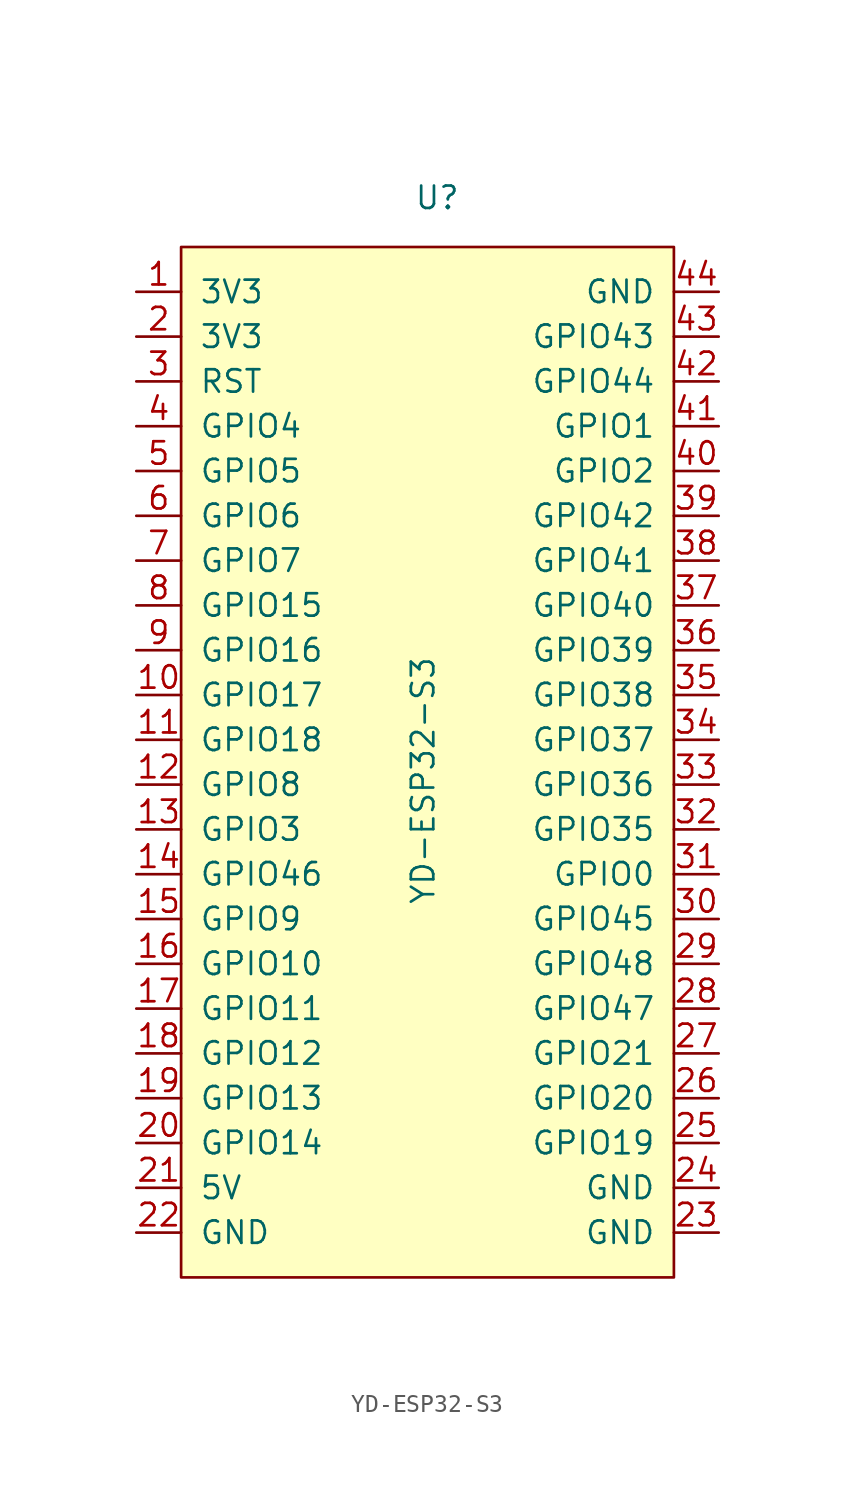
<source format=kicad_sym>
(kicad_symbol_lib
  (version 20241209)
  (generator "kicad_symbol_editor")
  (generator_version "9.0")
  (symbol "YD-ESP32-S3"
    (pin_names
      (offset 1.016))
    (property "Reference" "U"
      (at -0.762 32.004 0)
      (effects (font (size 1.27 1.27)) (justify left)))
    (property "Value" "YD-ESP32-S3"
      (at -0.254 -8.128 90)
      (effects (font (size 1.27 1.27)) (justify left)))
    (symbol "YD-ESP32-S3_0_0"
      (pin power_in line (at 16.51 -26.67 180) (length 2.54) (name "GND" (effects (font (size 1.27 1.27)))) (number "23" (effects (font (size 1.27 1.27))))))
    (symbol "YD-ESP32-S3_0_1"
      (rectangle (start -13.97 29.21) (end 13.97 -29.21) (stroke (width 0) (type default)) (fill (type background)))
      (pin power_out line (at -16.51 24.13 0) (length 2.54) (name "3V3" (effects (font (size 1.27 1.27)))) (number "2" (effects (font (size 1.27 1.27))))))
    (symbol "YD-ESP32-S3_1_0"
      (pin bidirectional line (at -16.51 -6.35 0) (length 2.54) (name "GPIO46" (effects (font (size 1.27 1.27)))) (number "14" (effects (font (size 1.27 1.27)))))
      (pin bidirectional line (at -16.51 -19.05 0) (length 2.54) (name "GPIO13" (effects (font (size 1.27 1.27)))) (number "19" (effects (font (size 1.27 1.27)))))
      (pin power_in line (at -16.51 -26.67 0) (length 2.54) (name "GND" (effects (font (size 1.27 1.27)))) (number "22" (effects (font (size 1.27 1.27)))))
      (pin bidirectional line (at 16.51 24.13 180) (length 2.54) (name "GPIO43" (effects (font (size 1.27 1.27)))) (number "43" (effects (font (size 1.27 1.27)))))
      (pin bidirectional line (at 16.51 21.59 180) (length 2.54) (name "GPIO44" (effects (font (size 1.27 1.27)))) (number "42" (effects (font (size 1.27 1.27)))))
      (pin bidirectional line (at 16.51 19.05 180) (length 2.54) (name "GPIO1" (effects (font (size 1.27 1.27)))) (number "41" (effects (font (size 1.27 1.27)))))
      (pin bidirectional line (at 16.51 16.51 180) (length 2.54) (name "GPIO2" (effects (font (size 1.27 1.27)))) (number "40" (effects (font (size 1.27 1.27)))))
      (pin bidirectional line (at 16.51 13.97 180) (length 2.54) (name "GPIO42" (effects (font (size 1.27 1.27)))) (number "39" (effects (font (size 1.27 1.27)))))
      (pin power_in line (at 16.51 -24.13 180) (length 2.54) (name "GND" (effects (font (size 1.27 1.27)))) (number "24" (effects (font (size 1.27 1.27))))))
    (symbol "YD-ESP32-S3_1_1"
      (pin power_out line (at -16.51 26.67 0) (length 2.54) (name "3V3" (effects (font (size 1.27 1.27)))) (number "1" (effects (font (size 1.27 1.27)))))
      (pin input line (at -16.51 21.59 0) (length 2.54) (name "RST" (effects (font (size 1.27 1.27)))) (number "3" (effects (font (size 1.27 1.27)))))
      (pin bidirectional line (at -16.51 19.05 0) (length 2.54) (name "GPIO4" (effects (font (size 1.27 1.27)))) (number "4" (effects (font (size 1.27 1.27)))))
      (pin bidirectional line (at -16.51 16.51 0) (length 2.54) (name "GPIO5" (effects (font (size 1.27 1.27)))) (number "5" (effects (font (size 1.27 1.27)))))
      (pin bidirectional line (at -16.51 13.97 0) (length 2.54) (name "GPIO6" (effects (font (size 1.27 1.27)))) (number "6" (effects (font (size 1.27 1.27)))))
      (pin bidirectional line (at -16.51 11.43 0) (length 2.54) (name "GPIO7" (effects (font (size 1.27 1.27)))) (number "7" (effects (font (size 1.27 1.27)))))
      (pin bidirectional line (at -16.51 8.89 0) (length 2.54) (name "GPIO15" (effects (font (size 1.27 1.27)))) (number "8" (effects (font (size 1.27 1.27)))))
      (pin bidirectional line (at -16.51 6.35 0) (length 2.54) (name "GPIO16" (effects (font (size 1.27 1.27)))) (number "9" (effects (font (size 1.27 1.27)))))
      (pin bidirectional line (at -16.51 3.81 0) (length 2.54) (name "GPIO17" (effects (font (size 1.27 1.27)))) (number "10" (effects (font (size 1.27 1.27)))))
      (pin bidirectional line (at -16.51 1.27 0) (length 2.54) (name "GPIO18" (effects (font (size 1.27 1.27)))) (number "11" (effects (font (size 1.27 1.27)))))
      (pin bidirectional line (at -16.51 -1.27 0) (length 2.54) (name "GPIO8" (effects (font (size 1.27 1.27)))) (number "12" (effects (font (size 1.27 1.27)))))
      (pin bidirectional line (at -16.51 -3.81 0) (length 2.54) (name "GPIO3" (effects (font (size 1.27 1.27)))) (number "13" (effects (font (size 1.27 1.27)))))
      (pin bidirectional line (at -16.51 -8.89 0) (length 2.54) (name "GPIO9" (effects (font (size 1.27 1.27)))) (number "15" (effects (font (size 1.27 1.27)))))
      (pin bidirectional line (at -16.51 -11.43 0) (length 2.54) (name "GPIO10" (effects (font (size 1.27 1.27)))) (number "16" (effects (font (size 1.27 1.27)))))
      (pin bidirectional line (at -16.51 -13.97 0) (length 2.54) (name "GPIO11" (effects (font (size 1.27 1.27)))) (number "17" (effects (font (size 1.27 1.27)))))
      (pin bidirectional line (at -16.51 -16.51 0) (length 2.54) (name "GPIO12" (effects (font (size 1.27 1.27)))) (number "18" (effects (font (size 1.27 1.27)))))
      (pin bidirectional line (at -16.51 -21.59 0) (length 2.54) (name "GPIO14" (effects (font (size 1.27 1.27)))) (number "20" (effects (font (size 1.27 1.27)))))
      (pin power_in line (at -16.51 -24.13 0) (length 2.54) (name "5V" (effects (font (size 1.27 1.27)))) (number "21" (effects (font (size 1.27 1.27)))))
      (pin power_in line (at 16.51 26.67 180) (length 2.54) (name "GND" (effects (font (size 1.27 1.27)))) (number "44" (effects (font (size 1.27 1.27)))))
      (pin bidirectional line (at 16.51 11.43 180) (length 2.54) (name "GPIO41" (effects (font (size 1.27 1.27)))) (number "38" (effects (font (size 1.27 1.27)))))
      (pin bidirectional line (at 16.51 8.89 180) (length 2.54) (name "GPIO40" (effects (font (size 1.27 1.27)))) (number "37" (effects (font (size 1.27 1.27)))))
      (pin bidirectional line (at 16.51 6.35 180) (length 2.54) (name "GPIO39" (effects (font (size 1.27 1.27)))) (number "36" (effects (font (size 1.27 1.27)))))
      (pin bidirectional line (at 16.51 3.81 180) (length 2.54) (name "GPIO38" (effects (font (size 1.27 1.27)))) (number "35" (effects (font (size 1.27 1.27)))))
      (pin bidirectional line (at 16.51 1.27 180) (length 2.54) (name "GPIO37" (effects (font (size 1.27 1.27)))) (number "34" (effects (font (size 1.27 1.27)))))
      (pin bidirectional line (at 16.51 -1.27 180) (length 2.54) (name "GPIO36" (effects (font (size 1.27 1.27)))) (number "33" (effects (font (size 1.27 1.27)))))
      (pin bidirectional line (at 16.51 -3.81 180) (length 2.54) (name "GPIO35" (effects (font (size 1.27 1.27)))) (number "32" (effects (font (size 1.27 1.27)))))
      (pin bidirectional line (at 16.51 -6.35 180) (length 2.54) (name "GPIO0" (effects (font (size 1.27 1.27)))) (number "31" (effects (font (size 1.27 1.27)))))
      (pin bidirectional line (at 16.51 -8.89 180) (length 2.54) (name "GPIO45" (effects (font (size 1.27 1.27)))) (number "30" (effects (font (size 1.27 1.27)))))
      (pin bidirectional line (at 16.51 -11.43 180) (length 2.54) (name "GPIO48" (effects (font (size 1.27 1.27)))) (number "29" (effects (font (size 1.27 1.27)))))
      (pin bidirectional line (at 16.51 -13.97 180) (length 2.54) (name "GPIO47" (effects (font (size 1.27 1.27)))) (number "28" (effects (font (size 1.27 1.27)))))
      (pin bidirectional line (at 16.51 -16.51 180) (length 2.54) (name "GPIO21" (effects (font (size 1.27 1.27)))) (number "27" (effects (font (size 1.27 1.27)))))
      (pin bidirectional line (at 16.51 -19.05 180) (length 2.54) (name "GPIO20" (effects (font (size 1.27 1.27)))) (number "26" (effects (font (size 1.27 1.27)))))
      (pin bidirectional line (at 16.51 -21.59 180) (length 2.54) (name "GPIO19" (effects (font (size 1.27 1.27)))) (number "25" (effects (font (size 1.27 1.27))))))))
</source>
